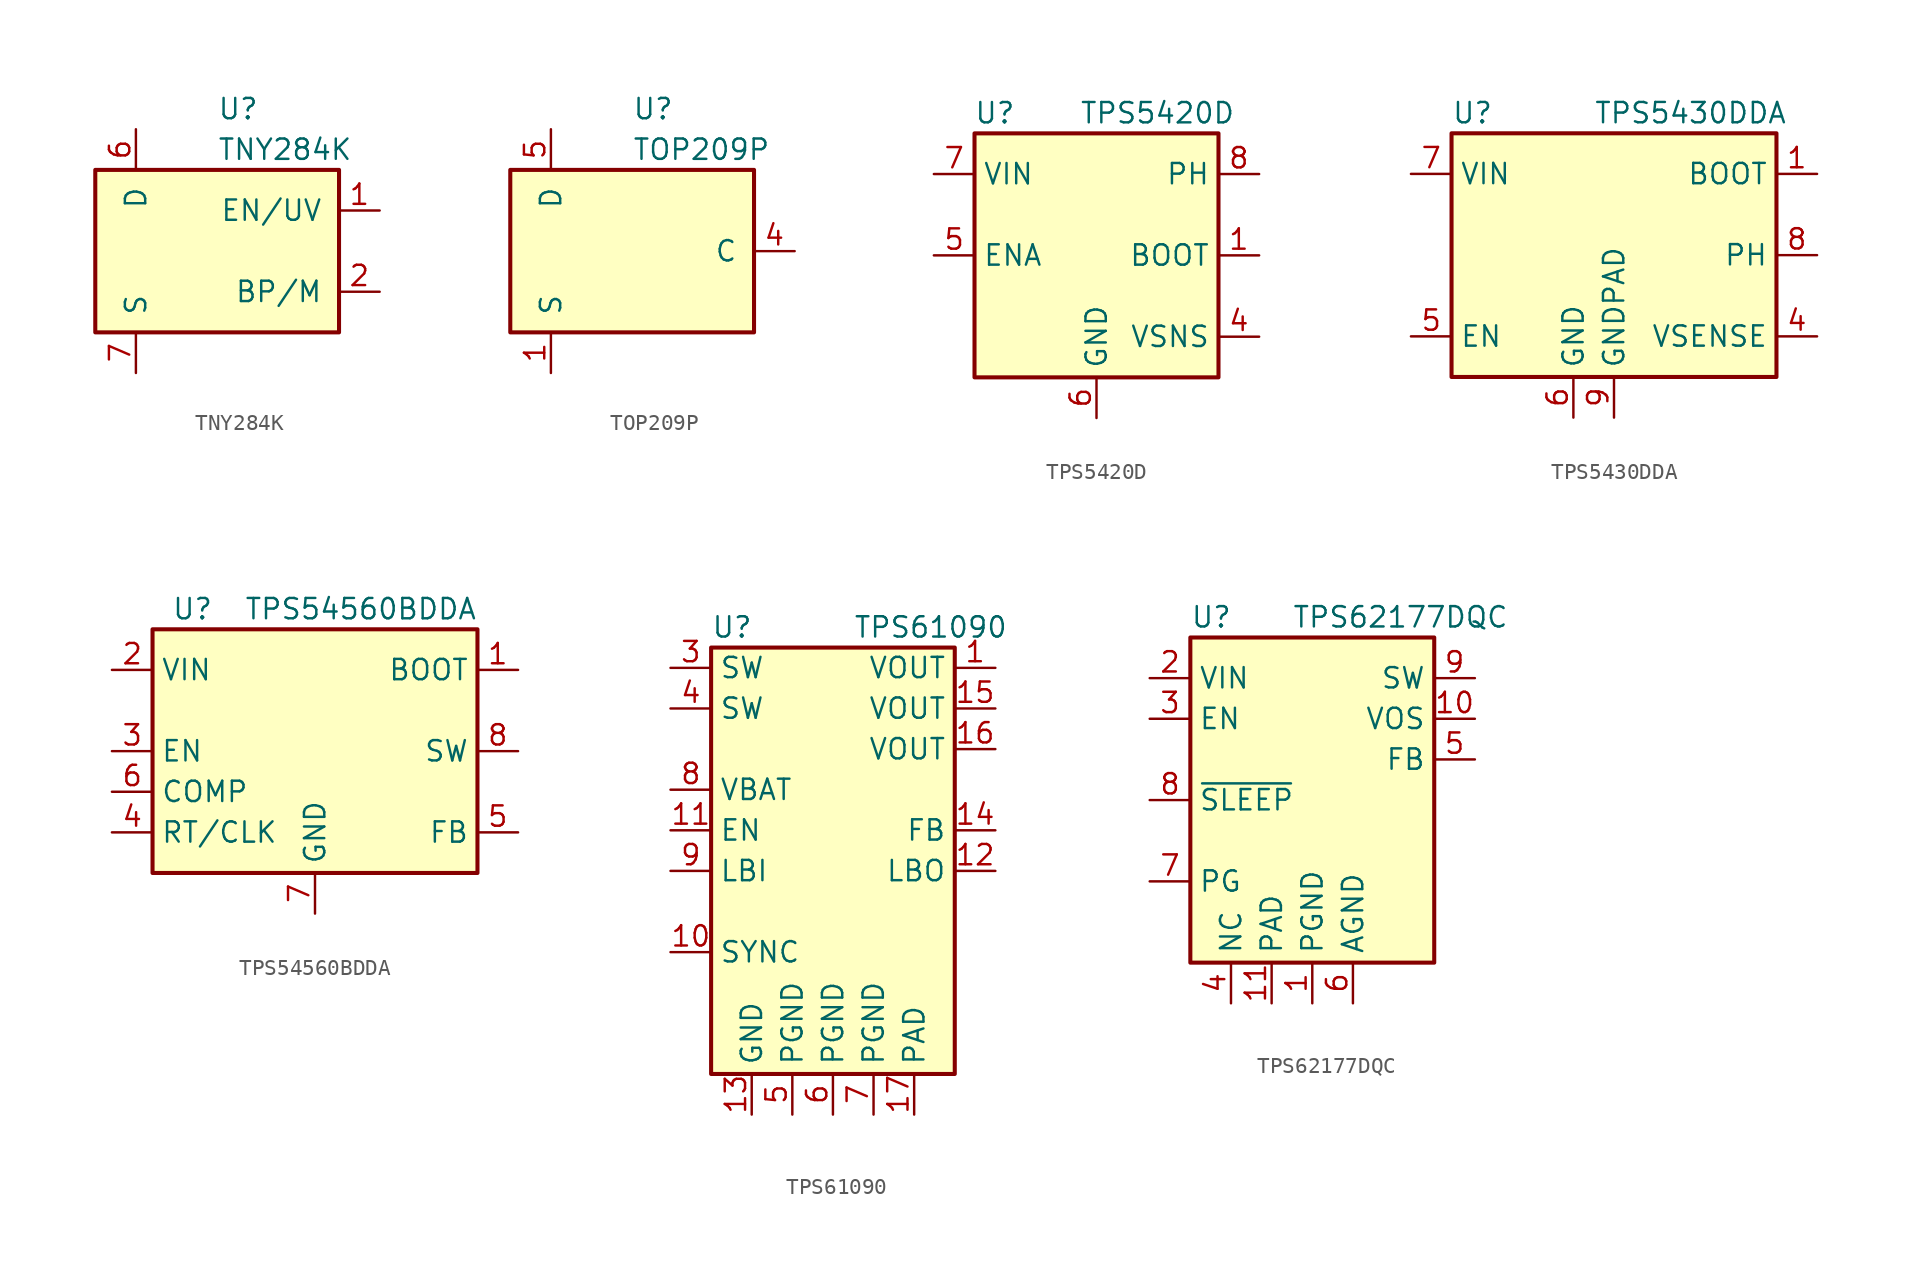
<source format=kicad_sym>
(kicad_symbol_lib
  (version 20201005)
  (generator kicad_symbol_editor)
  (symbol "Regulator_Switching:TNY284K"
    (pin_names
      (offset 1.016))
    (property "Reference" "U"
      (at 0 8.89 0)
      (effects (font (size 1.27 1.27)) (justify left)))
    (property "Value" "TNY284K"
      (at 0 6.35 0)
      (effects (font (size 1.27 1.27)) (justify left)))
    (symbol "TNY284K_0_1"
      (rectangle (start -7.62 5.08) (end 7.62 -5.08) (stroke (width 0.254)) (fill (type background))))
    (symbol "TNY284K_1_1"
      (pin input line (at 10.16 2.54 180) (length 2.54) (name "EN/UV" (effects (font (size 1.27 1.27)))) (number "1" (effects (font (size 1.27 1.27)))))
      (pin passive line (at -5.08 -7.62 90) (length 2.54) hide (name "S" (effects (font (size 1.27 1.27)))) (number "10" (effects (font (size 1.27 1.27)))))
      (pin passive line (at -5.08 -7.62 90) (length 2.54) hide (name "S" (effects (font (size 1.27 1.27)))) (number "11" (effects (font (size 1.27 1.27)))))
      (pin passive line (at -5.08 -7.62 90) (length 2.54) hide (name "S" (effects (font (size 1.27 1.27)))) (number "12" (effects (font (size 1.27 1.27)))))
      (pin passive line (at -5.08 -7.62 90) (length 2.54) hide (name "S" (effects (font (size 1.27 1.27)))) (number "13" (effects (font (size 1.27 1.27)))))
      (pin input line (at 10.16 -2.54 180) (length 2.54) (name "BP/M" (effects (font (size 1.27 1.27)))) (number "2" (effects (font (size 1.27 1.27)))))
      (pin no_connect line (at -2.54 5.08 270) (length 2.54) hide (name "NC" (effects (font (size 1.27 1.27)))) (number "3" (effects (font (size 1.27 1.27)))))
      (pin no_connect line (at 0 5.08 270) (length 2.54) hide (name "NC" (effects (font (size 1.27 1.27)))) (number "4" (effects (font (size 1.27 1.27)))))
      (pin open_collector line (at -5.08 7.62 270) (length 2.54) (name "D" (effects (font (size 1.27 1.27)))) (number "6" (effects (font (size 1.27 1.27)))))
      (pin power_in line (at -5.08 -7.62 90) (length 2.54) (name "S" (effects (font (size 1.27 1.27)))) (number "7" (effects (font (size 1.27 1.27)))))
      (pin passive line (at -5.08 -7.62 90) (length 2.54) hide (name "S" (effects (font (size 1.27 1.27)))) (number "8" (effects (font (size 1.27 1.27)))))
      (pin passive line (at -5.08 -7.62 90) (length 2.54) hide (name "S" (effects (font (size 1.27 1.27)))) (number "9" (effects (font (size 1.27 1.27)))))))
  (symbol "Regulator_Switching:TOP209P"
    (pin_names
      (offset 1.016))
    (property "Reference" "U"
      (at 0 8.89 0)
      (effects (font (size 1.27 1.27)) (justify left)))
    (property "Value" "TOP209P"
      (at 0 6.35 0)
      (effects (font (size 1.27 1.27)) (justify left)))
    (symbol "TOP209P_0_1"
      (rectangle (start -7.62 5.08) (end 7.62 -5.08) (stroke (width 0.254)) (fill (type background))))
    (symbol "TOP209P_1_1"
      (pin power_in line (at -5.08 -7.62 90) (length 2.54) (name "S" (effects (font (size 1.27 1.27)))) (number "1" (effects (font (size 1.27 1.27)))))
      (pin no_connect line (at -2.54 -5.08 90) (length 2.54) hide (name "NC" (effects (font (size 1.27 1.27)))) (number "2" (effects (font (size 1.27 1.27)))))
      (pin no_connect line (at 0 -5.08 90) (length 2.54) hide (name "NC" (effects (font (size 1.27 1.27)))) (number "3" (effects (font (size 1.27 1.27)))))
      (pin input line (at 10.16 0 180) (length 2.54) (name "C" (effects (font (size 1.27 1.27)))) (number "4" (effects (font (size 1.27 1.27)))))
      (pin open_collector line (at -5.08 7.62 270) (length 2.54) (name "D" (effects (font (size 1.27 1.27)))) (number "5" (effects (font (size 1.27 1.27)))))
      (pin no_connect line (at 2.54 -5.08 90) (length 2.54) hide (name "NC" (effects (font (size 1.27 1.27)))) (number "6" (effects (font (size 1.27 1.27)))))
      (pin no_connect line (at 5.08 -5.08 90) (length 2.54) hide (name "NC" (effects (font (size 1.27 1.27)))) (number "7" (effects (font (size 1.27 1.27)))))
      (pin passive line (at -5.08 -7.62 90) (length 2.54) hide (name "S" (effects (font (size 1.27 1.27)))) (number "8" (effects (font (size 1.27 1.27)))))))
  (symbol "Regulator_Switching:TPS5420D"
    (property "Reference" "U"
      (at -6.35 8.89 0)
      (effects (font (size 1.27 1.27))))
    (property "Value" "TPS5420D"
      (at 3.81 8.89 0)
      (effects (font (size 1.27 1.27))))
    (symbol "TPS5420D_0_1"
      (rectangle (start -7.62 7.62) (end 7.62 -7.62) (stroke (width 0.254)) (fill (type background))))
    (symbol "TPS5420D_1_1"
      (pin input line (at 10.16 0 180) (length 2.54) (name "BOOT" (effects (font (size 1.27 1.27)))) (number "1" (effects (font (size 1.27 1.27)))))
      (pin no_connect line (at -7.62 -2.54 0) (length 2.54) hide (name "NC" (effects (font (size 1.27 1.27)))) (number "2" (effects (font (size 1.27 1.27)))))
      (pin no_connect line (at -7.62 -5.08 0) (length 2.54) hide (name "NC" (effects (font (size 1.27 1.27)))) (number "3" (effects (font (size 1.27 1.27)))))
      (pin input line (at 10.16 -5.08 180) (length 2.54) (name "VSNS" (effects (font (size 1.27 1.27)))) (number "4" (effects (font (size 1.27 1.27)))))
      (pin input line (at -10.16 0 0) (length 2.54) (name "ENA" (effects (font (size 1.27 1.27)))) (number "5" (effects (font (size 1.27 1.27)))))
      (pin power_in line (at 0 -10.16 90) (length 2.54) (name "GND" (effects (font (size 1.27 1.27)))) (number "6" (effects (font (size 1.27 1.27)))))
      (pin power_in line (at -10.16 5.08 0) (length 2.54) (name "VIN" (effects (font (size 1.27 1.27)))) (number "7" (effects (font (size 1.27 1.27)))))
      (pin power_out line (at 10.16 5.08 180) (length 2.54) (name "PH" (effects (font (size 1.27 1.27)))) (number "8" (effects (font (size 1.27 1.27)))))))
  (symbol "Regulator_Switching:TPS5430DDA"
    (property "Reference" "U"
      (at -10.16 8.89 0)
      (effects (font (size 1.27 1.27)) (justify left)))
    (property "Value" "TPS5430DDA"
      (at -1.27 8.89 0)
      (effects (font (size 1.27 1.27)) (justify left)))
    (symbol "TPS5430DDA_0_1"
      (rectangle (start -10.16 7.62) (end 10.16 -7.62) (stroke (width 0.254)) (fill (type background))))
    (symbol "TPS5430DDA_1_1"
      (pin input line (at 12.7 5.08 180) (length 2.54) (name "BOOT" (effects (font (size 1.27 1.27)))) (number "1" (effects (font (size 1.27 1.27)))))
      (pin no_connect line (at -10.16 2.54 0) (length 2.54) hide (name "NC" (effects (font (size 1.27 1.27)))) (number "2" (effects (font (size 1.27 1.27)))))
      (pin no_connect line (at -10.16 -2.54 0) (length 2.54) hide (name "NC" (effects (font (size 1.27 1.27)))) (number "3" (effects (font (size 1.27 1.27)))))
      (pin input line (at 12.7 -5.08 180) (length 2.54) (name "VSENSE" (effects (font (size 1.27 1.27)))) (number "4" (effects (font (size 1.27 1.27)))))
      (pin input line (at -12.7 -5.08 0) (length 2.54) (name "EN" (effects (font (size 1.27 1.27)))) (number "5" (effects (font (size 1.27 1.27)))))
      (pin power_in line (at -2.54 -10.16 90) (length 2.54) (name "GND" (effects (font (size 1.27 1.27)))) (number "6" (effects (font (size 1.27 1.27)))))
      (pin power_in line (at -12.7 5.08 0) (length 2.54) (name "VIN" (effects (font (size 1.27 1.27)))) (number "7" (effects (font (size 1.27 1.27)))))
      (pin output line (at 12.7 0 180) (length 2.54) (name "PH" (effects (font (size 1.27 1.27)))) (number "8" (effects (font (size 1.27 1.27)))))
      (pin power_in line (at 0 -10.16 90) (length 2.54) (name "GNDPAD" (effects (font (size 1.27 1.27)))) (number "9" (effects (font (size 1.27 1.27)))))))
  (symbol "Regulator_Switching:TPS54560BDDA"
    (property "Reference" "U"
      (at -6.35 8.89 0)
      (effects (font (size 1.27 1.27)) (justify right)))
    (property "Value" "TPS54560BDDA"
      (at 10.16 8.89 0)
      (effects (font (size 1.27 1.27)) (justify right)))
    (symbol "TPS54560BDDA_0_1"
      (rectangle (start -10.16 7.62) (end 10.16 -7.62) (stroke (width 0.254)) (fill (type background))))
    (symbol "TPS54560BDDA_1_1"
      (pin passive line (at 12.7 5.08 180) (length 2.54) (name "BOOT" (effects (font (size 1.27 1.27)))) (number "1" (effects (font (size 1.27 1.27)))))
      (pin power_in line (at -12.7 5.08 0) (length 2.54) (name "VIN" (effects (font (size 1.27 1.27)))) (number "2" (effects (font (size 1.27 1.27)))))
      (pin input line (at -12.7 0 0) (length 2.54) (name "EN" (effects (font (size 1.27 1.27)))) (number "3" (effects (font (size 1.27 1.27)))))
      (pin passive line (at -12.7 -5.08 0) (length 2.54) (name "RT/CLK" (effects (font (size 1.27 1.27)))) (number "4" (effects (font (size 1.27 1.27)))))
      (pin input line (at 12.7 -5.08 180) (length 2.54) (name "FB" (effects (font (size 1.27 1.27)))) (number "5" (effects (font (size 1.27 1.27)))))
      (pin output line (at -12.7 -2.54 0) (length 2.54) (name "COMP" (effects (font (size 1.27 1.27)))) (number "6" (effects (font (size 1.27 1.27)))))
      (pin power_in line (at 0 -10.16 90) (length 2.54) (name "GND" (effects (font (size 1.27 1.27)))) (number "7" (effects (font (size 1.27 1.27)))))
      (pin power_out line (at 12.7 0 180) (length 2.54) (name "SW" (effects (font (size 1.27 1.27)))) (number "8" (effects (font (size 1.27 1.27)))))
      (pin passive line (at 0 -10.16 90) (length 2.54) hide (name "GND" (effects (font (size 1.27 1.27)))) (number "9" (effects (font (size 1.27 1.27)))))))
  (symbol "Regulator_Switching:TPS61090"
    (property "Reference" "U"
      (at -7.62 15.24 0)
      (effects (font (size 1.27 1.27)) (justify left)))
    (property "Value" "TPS61090"
      (at 1.27 15.24 0)
      (effects (font (size 1.27 1.27)) (justify left)))
    (symbol "TPS61090_0_0"
      (pin power_out line (at 10.16 12.7 180) (length 2.54) (name "VOUT" (effects (font (size 1.27 1.27)))) (number "1" (effects (font (size 1.27 1.27)))))
      (pin input line (at -10.16 -5.08 0) (length 2.54) (name "SYNC" (effects (font (size 1.27 1.27)))) (number "10" (effects (font (size 1.27 1.27)))))
      (pin input line (at -10.16 2.54 0) (length 2.54) (name "EN" (effects (font (size 1.27 1.27)))) (number "11" (effects (font (size 1.27 1.27)))))
      (pin open_collector line (at 10.16 0 180) (length 2.54) (name "LBO" (effects (font (size 1.27 1.27)))) (number "12" (effects (font (size 1.27 1.27)))))
      (pin power_in line (at -5.08 -15.24 90) (length 2.54) (name "GND" (effects (font (size 1.27 1.27)))) (number "13" (effects (font (size 1.27 1.27)))))
      (pin input line (at 10.16 2.54 180) (length 2.54) (name "FB" (effects (font (size 1.27 1.27)))) (number "14" (effects (font (size 1.27 1.27)))))
      (pin passive line (at 10.16 10.16 180) (length 2.54) (name "VOUT" (effects (font (size 1.27 1.27)))) (number "15" (effects (font (size 1.27 1.27)))))
      (pin passive line (at 10.16 7.62 180) (length 2.54) (name "VOUT" (effects (font (size 1.27 1.27)))) (number "16" (effects (font (size 1.27 1.27)))))
      (pin power_in line (at 5.08 -15.24 90) (length 2.54) (name "PAD" (effects (font (size 1.27 1.27)))) (number "17" (effects (font (size 1.27 1.27)))))
      (pin no_connect line (at 10.16 -5.08 180) (length 2.54) hide (name "NC" (effects (font (size 1.27 1.27)))) (number "2" (effects (font (size 1.27 1.27)))))
      (pin passive line (at -10.16 12.7 0) (length 2.54) (name "SW" (effects (font (size 1.27 1.27)))) (number "3" (effects (font (size 1.27 1.27)))))
      (pin passive line (at -10.16 10.16 0) (length 2.54) (name "SW" (effects (font (size 1.27 1.27)))) (number "4" (effects (font (size 1.27 1.27)))))
      (pin power_in line (at -2.54 -15.24 90) (length 2.54) (name "PGND" (effects (font (size 1.27 1.27)))) (number "5" (effects (font (size 1.27 1.27)))))
      (pin power_in line (at 0 -15.24 90) (length 2.54) (name "PGND" (effects (font (size 1.27 1.27)))) (number "6" (effects (font (size 1.27 1.27)))))
      (pin power_in line (at 2.54 -15.24 90) (length 2.54) (name "PGND" (effects (font (size 1.27 1.27)))) (number "7" (effects (font (size 1.27 1.27)))))
      (pin power_in line (at -10.16 5.08 0) (length 2.54) (name "VBAT" (effects (font (size 1.27 1.27)))) (number "8" (effects (font (size 1.27 1.27)))))
      (pin input line (at -10.16 0 0) (length 2.54) (name "LBI" (effects (font (size 1.27 1.27)))) (number "9" (effects (font (size 1.27 1.27))))))
    (symbol "TPS61090_0_1"
      (rectangle (start -7.62 13.97) (end 7.62 -12.7) (stroke (width 0.254)) (fill (type background)))))
  (symbol "Regulator_Switching:TPS62177DQC"
    (property "Reference" "U"
      (at -7.62 11.43 0)
      (effects (font (size 1.27 1.27)) (justify left)))
    (property "Value" "TPS62177DQC"
      (at -1.27 11.43 0)
      (effects (font (size 1.27 1.27)) (justify left)))
    (symbol "TPS62177DQC_0_1"
      (rectangle (start -7.62 10.16) (end 7.62 -10.16) (stroke (width 0.254)) (fill (type background))))
    (symbol "TPS62177DQC_1_1"
      (pin power_in line (at 0 -12.7 90) (length 2.54) (name "PGND" (effects (font (size 1.27 1.27)))) (number "1" (effects (font (size 1.27 1.27)))))
      (pin input line (at 10.16 5.08 180) (length 2.54) (name "VOS" (effects (font (size 1.27 1.27)))) (number "10" (effects (font (size 1.27 1.27)))))
      (pin power_in line (at -2.54 -12.7 90) (length 2.54) (name "PAD" (effects (font (size 1.27 1.27)))) (number "11" (effects (font (size 1.27 1.27)))))
      (pin power_in line (at -10.16 7.62 0) (length 2.54) (name "VIN" (effects (font (size 1.27 1.27)))) (number "2" (effects (font (size 1.27 1.27)))))
      (pin input line (at -10.16 5.08 0) (length 2.54) (name "EN" (effects (font (size 1.27 1.27)))) (number "3" (effects (font (size 1.27 1.27)))))
      (pin passive line (at -5.08 -12.7 90) (length 2.54) (name "NC" (effects (font (size 1.27 1.27)))) (number "4" (effects (font (size 1.27 1.27)))))
      (pin input line (at 10.16 2.54 180) (length 2.54) (name "FB" (effects (font (size 1.27 1.27)))) (number "5" (effects (font (size 1.27 1.27)))))
      (pin power_in line (at 2.54 -12.7 90) (length 2.54) (name "AGND" (effects (font (size 1.27 1.27)))) (number "6" (effects (font (size 1.27 1.27)))))
      (pin output line (at -10.16 -5.08 0) (length 2.54) (name "PG" (effects (font (size 1.27 1.27)))) (number "7" (effects (font (size 1.27 1.27)))))
      (pin input line (at -10.16 0 0) (length 2.54) (name "~SLEEP" (effects (font (size 1.27 1.27)))) (number "8" (effects (font (size 1.27 1.27)))))
      (pin power_out line (at 10.16 7.62 180) (length 2.54) (name "SW" (effects (font (size 1.27 1.27)))) (number "9" (effects (font (size 1.27 1.27))))))))
</source>
